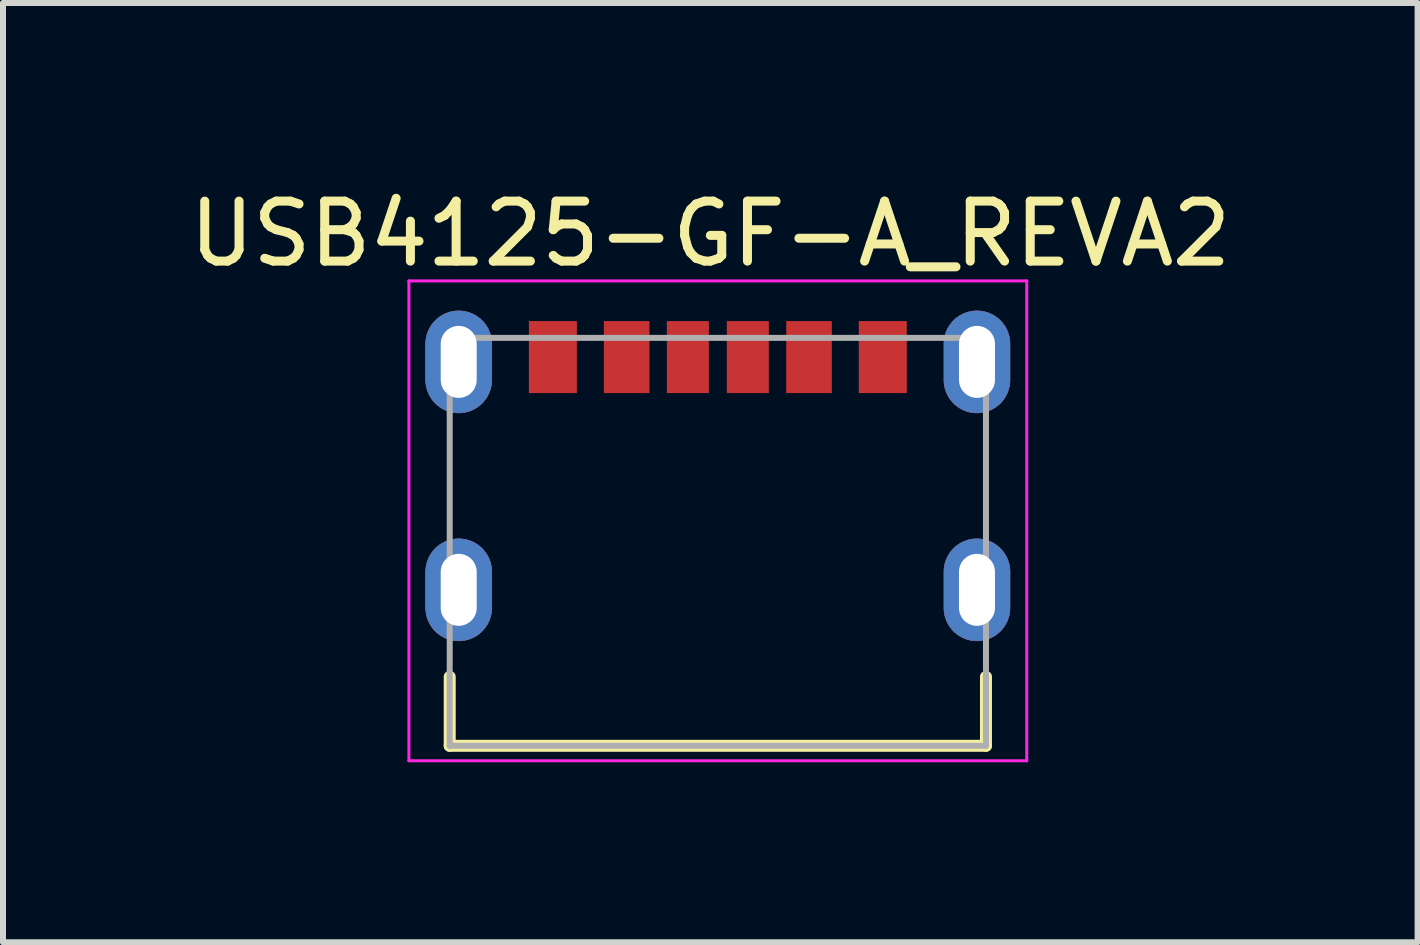
<source format=kicad_pcb>
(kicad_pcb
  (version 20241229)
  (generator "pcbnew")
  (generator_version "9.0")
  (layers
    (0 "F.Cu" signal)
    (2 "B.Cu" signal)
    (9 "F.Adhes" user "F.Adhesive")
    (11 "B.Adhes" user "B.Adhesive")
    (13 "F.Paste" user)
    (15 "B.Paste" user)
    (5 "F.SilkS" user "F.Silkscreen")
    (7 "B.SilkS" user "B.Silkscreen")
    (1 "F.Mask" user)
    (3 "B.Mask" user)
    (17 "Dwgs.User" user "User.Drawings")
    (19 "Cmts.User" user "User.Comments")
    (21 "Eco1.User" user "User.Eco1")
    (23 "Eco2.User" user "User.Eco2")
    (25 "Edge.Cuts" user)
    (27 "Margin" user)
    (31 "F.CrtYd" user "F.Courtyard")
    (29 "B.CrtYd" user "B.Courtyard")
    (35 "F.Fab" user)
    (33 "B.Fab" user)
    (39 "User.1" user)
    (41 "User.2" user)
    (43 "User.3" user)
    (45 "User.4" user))
  (footprint "USB4125-GF-A_REVA2"
    (layer "F.Cu")
    (at 8.917 5.983)
    (property "Reference" "USB4125-GF-A_REVA2" (at -0.125 -5.135 0) (layer "F.SilkS") (effects (font (size 1 1) (thickness 0.15))))
    (attr smd)
    (fp_poly (pts (xy -4.32 -3.85) (xy -4.349 -3.849) (xy -4.377 -3.847) (xy -4.406 -3.843) (xy -4.434 -3.838) (xy -4.462 -3.831) (xy -4.49 -3.823) (xy -4.517 -3.813) (xy -4.544 -3.802) (xy -4.57 -3.79) (xy -4.595 -3.776) (xy -4.62 -3.761) (xy -4.643 -3.745) (xy -4.666 -3.727) (xy -4.688 -3.709) (xy -4.709 -3.689) (xy -4.729 -3.668) (xy -4.747 -3.646) (xy -4.765 -3.623) (xy -4.781 -3.6) (xy -4.796 -3.575) (xy -4.81 -3.55) (xy -4.822 -3.524) (xy -4.833 -3.497) (xy -4.843 -3.47) (xy -4.851 -3.442) (xy -4.858 -3.414) (xy -4.863 -3.386) (xy -4.867 -3.357) (xy -4.869 -3.329) (xy -4.87 -3.3) (xy -4.87 -2.7) (xy -4.869 -2.671) (xy -4.867 -2.643) (xy -4.863 -2.614) (xy -4.858 -2.586) (xy -4.851 -2.558) (xy -4.843 -2.53) (xy -4.833 -2.503) (xy -4.822 -2.476) (xy -4.81 -2.45) (xy -4.796 -2.425) (xy -4.781 -2.4) (xy -4.765 -2.377) (xy -4.747 -2.354) (xy -4.729 -2.332) (xy -4.709 -2.311) (xy -4.688 -2.291) (xy -4.666 -2.273) (xy -4.643 -2.255) (xy -4.62 -2.239) (xy -4.595 -2.224) (xy -4.57 -2.21) (xy -4.544 -2.198) (xy -4.517 -2.187) (xy -4.49 -2.177) (xy -4.462 -2.169) (xy -4.434 -2.162) (xy -4.406 -2.157) (xy -4.377 -2.153) (xy -4.349 -2.151) (xy -4.32 -2.15) (xy -4.291 -2.151) (xy -4.263 -2.153) (xy -4.234 -2.157) (xy -4.206 -2.162) (xy -4.178 -2.169) (xy -4.15 -2.177) (xy -4.123 -2.187) (xy -4.096 -2.198) (xy -4.07 -2.21) (xy -4.045 -2.224) (xy -4.02 -2.239) (xy -3.997 -2.255) (xy -3.974 -2.273) (xy -3.952 -2.291) (xy -3.931 -2.311) (xy -3.911 -2.332) (xy -3.893 -2.354) (xy -3.875 -2.377) (xy -3.859 -2.4) (xy -3.844 -2.425) (xy -3.83 -2.45) (xy -3.818 -2.476) (xy -3.807 -2.503) (xy -3.797 -2.53) (xy -3.789 -2.558) (xy -3.782 -2.586) (xy -3.777 -2.614) (xy -3.773 -2.643) (xy -3.771 -2.671) (xy -3.77 -2.7) (xy -3.77 -3.3) (xy -3.771 -3.329) (xy -3.773 -3.357) (xy -3.777 -3.386) (xy -3.782 -3.414) (xy -3.789 -3.442) (xy -3.797 -3.47) (xy -3.807 -3.497) (xy -3.818 -3.524) (xy -3.83 -3.55) (xy -3.844 -3.575) (xy -3.859 -3.6) (xy -3.875 -3.623) (xy -3.893 -3.646) (xy -3.911 -3.668) (xy -3.931 -3.689) (xy -3.952 -3.709) (xy -3.974 -3.727) (xy -3.997 -3.745) (xy -4.02 -3.761) (xy -4.045 -3.776) (xy -4.07 -3.79) (xy -4.096 -3.802) (xy -4.123 -3.813) (xy -4.15 -3.823) (xy -4.178 -3.831) (xy -4.206 -3.838) (xy -4.234 -3.843) (xy -4.263 -3.847) (xy -4.291 -3.849) (xy -4.32 -3.85)) (stroke (width 0.01) (type solid)) (fill yes) (layer "F.Cu"))
    (fp_poly (pts (xy -4.32 -0.05) (xy -4.349 -0.049) (xy -4.377 -0.047) (xy -4.406 -0.043) (xy -4.434 -0.038) (xy -4.462 -0.031) (xy -4.49 -0.023) (xy -4.517 -0.013) (xy -4.544 -0.002) (xy -4.57 0.01) (xy -4.595 0.024) (xy -4.62 0.039) (xy -4.643 0.055) (xy -4.666 0.073) (xy -4.688 0.091) (xy -4.709 0.111) (xy -4.729 0.132) (xy -4.747 0.154) (xy -4.765 0.177) (xy -4.781 0.2) (xy -4.796 0.225) (xy -4.81 0.25) (xy -4.822 0.276) (xy -4.833 0.303) (xy -4.843 0.33) (xy -4.851 0.358) (xy -4.858 0.386) (xy -4.863 0.414) (xy -4.867 0.443) (xy -4.869 0.471) (xy -4.87 0.5) (xy -4.87 1.1) (xy -4.869 1.129) (xy -4.867 1.157) (xy -4.863 1.186) (xy -4.858 1.214) (xy -4.851 1.242) (xy -4.843 1.27) (xy -4.833 1.297) (xy -4.822 1.324) (xy -4.81 1.35) (xy -4.796 1.375) (xy -4.781 1.4) (xy -4.765 1.423) (xy -4.747 1.446) (xy -4.729 1.468) (xy -4.709 1.489) (xy -4.688 1.509) (xy -4.666 1.527) (xy -4.643 1.545) (xy -4.62 1.561) (xy -4.595 1.576) (xy -4.57 1.59) (xy -4.544 1.602) (xy -4.517 1.613) (xy -4.49 1.623) (xy -4.462 1.631) (xy -4.434 1.638) (xy -4.406 1.643) (xy -4.377 1.647) (xy -4.349 1.649) (xy -4.32 1.65) (xy -4.291 1.649) (xy -4.263 1.647) (xy -4.234 1.643) (xy -4.206 1.638) (xy -4.178 1.631) (xy -4.15 1.623) (xy -4.123 1.613) (xy -4.096 1.602) (xy -4.07 1.59) (xy -4.045 1.576) (xy -4.02 1.561) (xy -3.997 1.545) (xy -3.974 1.527) (xy -3.952 1.509) (xy -3.931 1.489) (xy -3.911 1.468) (xy -3.893 1.446) (xy -3.875 1.423) (xy -3.859 1.4) (xy -3.844 1.375) (xy -3.83 1.35) (xy -3.818 1.324) (xy -3.807 1.297) (xy -3.797 1.27) (xy -3.789 1.242) (xy -3.782 1.214) (xy -3.777 1.186) (xy -3.773 1.157) (xy -3.771 1.129) (xy -3.77 1.1) (xy -3.77 0.5) (xy -3.771 0.471) (xy -3.773 0.443) (xy -3.777 0.414) (xy -3.782 0.386) (xy -3.789 0.358) (xy -3.797 0.33) (xy -3.807 0.303) (xy -3.818 0.276) (xy -3.83 0.25) (xy -3.844 0.225) (xy -3.859 0.2) (xy -3.875 0.177) (xy -3.893 0.154) (xy -3.911 0.132) (xy -3.931 0.111) (xy -3.952 0.091) (xy -3.974 0.073) (xy -3.997 0.055) (xy -4.02 0.039) (xy -4.045 0.024) (xy -4.07 0.01) (xy -4.096 -0.002) (xy -4.123 -0.013) (xy -4.15 -0.023) (xy -4.178 -0.031) (xy -4.206 -0.038) (xy -4.234 -0.043) (xy -4.263 -0.047) (xy -4.291 -0.049) (xy -4.32 -0.05)) (stroke (width 0.01) (type solid)) (fill yes) (layer "F.Cu"))
    (fp_poly (pts (xy 4.32 -3.85) (xy 4.291 -3.849) (xy 4.263 -3.847) (xy 4.234 -3.843) (xy 4.206 -3.838) (xy 4.178 -3.831) (xy 4.15 -3.823) (xy 4.123 -3.813) (xy 4.096 -3.802) (xy 4.07 -3.79) (xy 4.045 -3.776) (xy 4.02 -3.761) (xy 3.997 -3.745) (xy 3.974 -3.727) (xy 3.952 -3.709) (xy 3.931 -3.689) (xy 3.911 -3.668) (xy 3.893 -3.646) (xy 3.875 -3.623) (xy 3.859 -3.6) (xy 3.844 -3.575) (xy 3.83 -3.55) (xy 3.818 -3.524) (xy 3.807 -3.497) (xy 3.797 -3.47) (xy 3.789 -3.442) (xy 3.782 -3.414) (xy 3.777 -3.386) (xy 3.773 -3.357) (xy 3.771 -3.329) (xy 3.77 -3.3) (xy 3.77 -2.7) (xy 3.771 -2.671) (xy 3.773 -2.643) (xy 3.777 -2.614) (xy 3.782 -2.586) (xy 3.789 -2.558) (xy 3.797 -2.53) (xy 3.807 -2.503) (xy 3.818 -2.476) (xy 3.83 -2.45) (xy 3.844 -2.425) (xy 3.859 -2.4) (xy 3.875 -2.377) (xy 3.893 -2.354) (xy 3.911 -2.332) (xy 3.931 -2.311) (xy 3.952 -2.291) (xy 3.974 -2.273) (xy 3.997 -2.255) (xy 4.02 -2.239) (xy 4.045 -2.224) (xy 4.07 -2.21) (xy 4.096 -2.198) (xy 4.123 -2.187) (xy 4.15 -2.177) (xy 4.178 -2.169) (xy 4.206 -2.162) (xy 4.234 -2.157) (xy 4.263 -2.153) (xy 4.291 -2.151) (xy 4.32 -2.15) (xy 4.349 -2.151) (xy 4.377 -2.153) (xy 4.406 -2.157) (xy 4.434 -2.162) (xy 4.462 -2.169) (xy 4.49 -2.177) (xy 4.517 -2.187) (xy 4.544 -2.198) (xy 4.57 -2.21) (xy 4.595 -2.224) (xy 4.62 -2.239) (xy 4.643 -2.255) (xy 4.666 -2.273) (xy 4.688 -2.291) (xy 4.709 -2.311) (xy 4.729 -2.332) (xy 4.747 -2.354) (xy 4.765 -2.377) (xy 4.781 -2.4) (xy 4.796 -2.425) (xy 4.81 -2.45) (xy 4.822 -2.476) (xy 4.833 -2.503) (xy 4.843 -2.53) (xy 4.851 -2.558) (xy 4.858 -2.586) (xy 4.863 -2.614) (xy 4.867 -2.643) (xy 4.869 -2.671) (xy 4.87 -2.7) (xy 4.87 -3.3) (xy 4.869 -3.329) (xy 4.867 -3.357) (xy 4.863 -3.386) (xy 4.858 -3.414) (xy 4.851 -3.442) (xy 4.843 -3.47) (xy 4.833 -3.497) (xy 4.822 -3.524) (xy 4.81 -3.55) (xy 4.796 -3.575) (xy 4.781 -3.6) (xy 4.765 -3.623) (xy 4.747 -3.646) (xy 4.729 -3.668) (xy 4.709 -3.689) (xy 4.688 -3.709) (xy 4.666 -3.727) (xy 4.643 -3.745) (xy 4.62 -3.761) (xy 4.595 -3.776) (xy 4.57 -3.79) (xy 4.544 -3.802) (xy 4.517 -3.813) (xy 4.49 -3.823) (xy 4.462 -3.831) (xy 4.434 -3.838) (xy 4.406 -3.843) (xy 4.377 -3.847) (xy 4.349 -3.849) (xy 4.32 -3.85)) (stroke (width 0.01) (type solid)) (fill yes) (layer "F.Cu"))
    (fp_poly (pts (xy 4.32 -0.05) (xy 4.291 -0.049) (xy 4.263 -0.047) (xy 4.234 -0.043) (xy 4.206 -0.038) (xy 4.178 -0.031) (xy 4.15 -0.023) (xy 4.123 -0.013) (xy 4.096 -0.002) (xy 4.07 0.01) (xy 4.045 0.024) (xy 4.02 0.039) (xy 3.997 0.055) (xy 3.974 0.073) (xy 3.952 0.091) (xy 3.931 0.111) (xy 3.911 0.132) (xy 3.893 0.154) (xy 3.875 0.177) (xy 3.859 0.2) (xy 3.844 0.225) (xy 3.83 0.25) (xy 3.818 0.276) (xy 3.807 0.303) (xy 3.797 0.33) (xy 3.789 0.358) (xy 3.782 0.386) (xy 3.777 0.414) (xy 3.773 0.443) (xy 3.771 0.471) (xy 3.77 0.5) (xy 3.77 1.1) (xy 3.771 1.129) (xy 3.773 1.157) (xy 3.777 1.186) (xy 3.782 1.214) (xy 3.789 1.242) (xy 3.797 1.27) (xy 3.807 1.297) (xy 3.818 1.324) (xy 3.83 1.35) (xy 3.844 1.375) (xy 3.859 1.4) (xy 3.875 1.423) (xy 3.893 1.446) (xy 3.911 1.468) (xy 3.931 1.489) (xy 3.952 1.509) (xy 3.974 1.527) (xy 3.997 1.545) (xy 4.02 1.561) (xy 4.045 1.576) (xy 4.07 1.59) (xy 4.096 1.602) (xy 4.123 1.613) (xy 4.15 1.623) (xy 4.178 1.631) (xy 4.206 1.638) (xy 4.234 1.643) (xy 4.263 1.647) (xy 4.291 1.649) (xy 4.32 1.65) (xy 4.349 1.649) (xy 4.377 1.647) (xy 4.406 1.643) (xy 4.434 1.638) (xy 4.462 1.631) (xy 4.49 1.623) (xy 4.517 1.613) (xy 4.544 1.602) (xy 4.57 1.59) (xy 4.595 1.576) (xy 4.62 1.561) (xy 4.643 1.545) (xy 4.666 1.527) (xy 4.688 1.509) (xy 4.709 1.489) (xy 4.729 1.468) (xy 4.747 1.446) (xy 4.765 1.423) (xy 4.781 1.4) (xy 4.796 1.375) (xy 4.81 1.35) (xy 4.822 1.324) (xy 4.833 1.297) (xy 4.843 1.27) (xy 4.851 1.242) (xy 4.858 1.214) (xy 4.863 1.186) (xy 4.867 1.157) (xy 4.869 1.129) (xy 4.87 1.1) (xy 4.87 0.5) (xy 4.869 0.471) (xy 4.867 0.443) (xy 4.863 0.414) (xy 4.858 0.386) (xy 4.851 0.358) (xy 4.843 0.33) (xy 4.833 0.303) (xy 4.822 0.276) (xy 4.81 0.25) (xy 4.796 0.225) (xy 4.781 0.2) (xy 4.765 0.177) (xy 4.747 0.154) (xy 4.729 0.132) (xy 4.709 0.111) (xy 4.688 0.091) (xy 4.666 0.073) (xy 4.643 0.055) (xy 4.62 0.039) (xy 4.595 0.024) (xy 4.57 0.01) (xy 4.544 -0.002) (xy 4.517 -0.013) (xy 4.49 -0.023) (xy 4.462 -0.031) (xy 4.434 -0.038) (xy 4.406 -0.043) (xy 4.377 -0.047) (xy 4.349 -0.049) (xy 4.32 -0.05)) (stroke (width 0.01) (type solid)) (fill yes) (layer "F.Cu"))
    (fp_poly (pts (xy -4.32 -3.95) (xy -4.354 -3.949) (xy -4.388 -3.946) (xy -4.422 -3.942) (xy -4.455 -3.936) (xy -4.488 -3.928) (xy -4.521 -3.918) (xy -4.553 -3.907) (xy -4.584 -3.894) (xy -4.615 -3.879) (xy -4.645 -3.863) (xy -4.674 -3.845) (xy -4.702 -3.826) (xy -4.729 -3.805) (xy -4.755 -3.783) (xy -4.78 -3.76) (xy -4.803 -3.735) (xy -4.825 -3.709) (xy -4.846 -3.682) (xy -4.865 -3.654) (xy -4.883 -3.625) (xy -4.899 -3.595) (xy -4.914 -3.564) (xy -4.927 -3.533) (xy -4.938 -3.501) (xy -4.948 -3.468) (xy -4.956 -3.435) (xy -4.962 -3.402) (xy -4.966 -3.368) (xy -4.969 -3.334) (xy -4.97 -3.3) (xy -4.97 -2.7) (xy -4.969 -2.666) (xy -4.966 -2.632) (xy -4.962 -2.598) (xy -4.956 -2.565) (xy -4.948 -2.532) (xy -4.938 -2.499) (xy -4.927 -2.467) (xy -4.914 -2.436) (xy -4.899 -2.405) (xy -4.883 -2.375) (xy -4.865 -2.346) (xy -4.846 -2.318) (xy -4.825 -2.291) (xy -4.803 -2.265) (xy -4.78 -2.24) (xy -4.755 -2.217) (xy -4.729 -2.195) (xy -4.702 -2.174) (xy -4.674 -2.155) (xy -4.645 -2.137) (xy -4.615 -2.121) (xy -4.584 -2.106) (xy -4.553 -2.093) (xy -4.521 -2.082) (xy -4.488 -2.072) (xy -4.455 -2.064) (xy -4.422 -2.058) (xy -4.388 -2.054) (xy -4.354 -2.051) (xy -4.32 -2.05) (xy -4.286 -2.051) (xy -4.252 -2.054) (xy -4.218 -2.058) (xy -4.185 -2.064) (xy -4.152 -2.072) (xy -4.119 -2.082) (xy -4.087 -2.093) (xy -4.056 -2.106) (xy -4.025 -2.121) (xy -3.995 -2.137) (xy -3.966 -2.155) (xy -3.938 -2.174) (xy -3.911 -2.195) (xy -3.885 -2.217) (xy -3.86 -2.24) (xy -3.837 -2.265) (xy -3.815 -2.291) (xy -3.794 -2.318) (xy -3.775 -2.346) (xy -3.757 -2.375) (xy -3.741 -2.405) (xy -3.726 -2.436) (xy -3.713 -2.467) (xy -3.702 -2.499) (xy -3.692 -2.532) (xy -3.684 -2.565) (xy -3.678 -2.598) (xy -3.674 -2.632) (xy -3.671 -2.666) (xy -3.67 -2.7) (xy -3.67 -3.3) (xy -3.671 -3.334) (xy -3.674 -3.368) (xy -3.678 -3.402) (xy -3.684 -3.435) (xy -3.692 -3.468) (xy -3.702 -3.501) (xy -3.713 -3.533) (xy -3.726 -3.564) (xy -3.741 -3.595) (xy -3.757 -3.625) (xy -3.775 -3.654) (xy -3.794 -3.682) (xy -3.815 -3.709) (xy -3.837 -3.735) (xy -3.86 -3.76) (xy -3.885 -3.783) (xy -3.911 -3.805) (xy -3.938 -3.826) (xy -3.966 -3.845) (xy -3.995 -3.863) (xy -4.025 -3.879) (xy -4.056 -3.894) (xy -4.087 -3.907) (xy -4.119 -3.918) (xy -4.152 -3.928) (xy -4.185 -3.936) (xy -4.218 -3.942) (xy -4.252 -3.946) (xy -4.286 -3.949) (xy -4.32 -3.95)) (stroke (width 0.01) (type solid)) (fill yes) (layer "F.Mask"))
    (fp_poly (pts (xy -4.32 -0.15) (xy -4.354 -0.149) (xy -4.388 -0.146) (xy -4.422 -0.142) (xy -4.455 -0.136) (xy -4.488 -0.128) (xy -4.521 -0.118) (xy -4.553 -0.107) (xy -4.584 -0.094) (xy -4.615 -0.079) (xy -4.645 -0.063) (xy -4.674 -0.045) (xy -4.702 -0.026) (xy -4.729 -0.005) (xy -4.755 0.017) (xy -4.78 0.04) (xy -4.803 0.065) (xy -4.825 0.091) (xy -4.846 0.118) (xy -4.865 0.146) (xy -4.883 0.175) (xy -4.899 0.205) (xy -4.914 0.236) (xy -4.927 0.267) (xy -4.938 0.299) (xy -4.948 0.332) (xy -4.956 0.365) (xy -4.962 0.398) (xy -4.966 0.432) (xy -4.969 0.466) (xy -4.97 0.5) (xy -4.97 1.1) (xy -4.969 1.134) (xy -4.966 1.168) (xy -4.962 1.202) (xy -4.956 1.235) (xy -4.948 1.268) (xy -4.938 1.301) (xy -4.927 1.333) (xy -4.914 1.364) (xy -4.899 1.395) (xy -4.883 1.425) (xy -4.865 1.454) (xy -4.846 1.482) (xy -4.825 1.509) (xy -4.803 1.535) (xy -4.78 1.56) (xy -4.755 1.583) (xy -4.729 1.605) (xy -4.702 1.626) (xy -4.674 1.645) (xy -4.645 1.663) (xy -4.615 1.679) (xy -4.584 1.694) (xy -4.553 1.707) (xy -4.521 1.718) (xy -4.488 1.728) (xy -4.455 1.736) (xy -4.422 1.742) (xy -4.388 1.746) (xy -4.354 1.749) (xy -4.32 1.75) (xy -4.286 1.749) (xy -4.252 1.746) (xy -4.218 1.742) (xy -4.185 1.736) (xy -4.152 1.728) (xy -4.119 1.718) (xy -4.087 1.707) (xy -4.056 1.694) (xy -4.025 1.679) (xy -3.995 1.663) (xy -3.966 1.645) (xy -3.938 1.626) (xy -3.911 1.605) (xy -3.885 1.583) (xy -3.86 1.56) (xy -3.837 1.535) (xy -3.815 1.509) (xy -3.794 1.482) (xy -3.775 1.454) (xy -3.757 1.425) (xy -3.741 1.395) (xy -3.726 1.364) (xy -3.713 1.333) (xy -3.702 1.301) (xy -3.692 1.268) (xy -3.684 1.235) (xy -3.678 1.202) (xy -3.674 1.168) (xy -3.671 1.134) (xy -3.67 1.1) (xy -3.67 0.5) (xy -3.671 0.466) (xy -3.674 0.432) (xy -3.678 0.398) (xy -3.684 0.365) (xy -3.692 0.332) (xy -3.702 0.299) (xy -3.713 0.267) (xy -3.726 0.236) (xy -3.741 0.205) (xy -3.757 0.175) (xy -3.775 0.146) (xy -3.794 0.118) (xy -3.815 0.091) (xy -3.837 0.065) (xy -3.86 0.04) (xy -3.885 0.017) (xy -3.911 -0.005) (xy -3.938 -0.026) (xy -3.966 -0.045) (xy -3.995 -0.063) (xy -4.025 -0.079) (xy -4.056 -0.094) (xy -4.087 -0.107) (xy -4.119 -0.118) (xy -4.152 -0.128) (xy -4.185 -0.136) (xy -4.218 -0.142) (xy -4.252 -0.146) (xy -4.286 -0.149) (xy -4.32 -0.15)) (stroke (width 0.01) (type solid)) (fill yes) (layer "F.Mask"))
    (fp_poly (pts (xy 4.32 -3.95) (xy 4.286 -3.949) (xy 4.252 -3.946) (xy 4.218 -3.942) (xy 4.185 -3.936) (xy 4.152 -3.928) (xy 4.119 -3.918) (xy 4.087 -3.907) (xy 4.056 -3.894) (xy 4.025 -3.879) (xy 3.995 -3.863) (xy 3.966 -3.845) (xy 3.938 -3.826) (xy 3.911 -3.805) (xy 3.885 -3.783) (xy 3.86 -3.76) (xy 3.837 -3.735) (xy 3.815 -3.709) (xy 3.794 -3.682) (xy 3.775 -3.654) (xy 3.757 -3.625) (xy 3.741 -3.595) (xy 3.726 -3.564) (xy 3.713 -3.533) (xy 3.702 -3.501) (xy 3.692 -3.468) (xy 3.684 -3.435) (xy 3.678 -3.402) (xy 3.674 -3.368) (xy 3.671 -3.334) (xy 3.67 -3.3) (xy 3.67 -2.7) (xy 3.671 -2.666) (xy 3.674 -2.632) (xy 3.678 -2.598) (xy 3.684 -2.565) (xy 3.692 -2.532) (xy 3.702 -2.499) (xy 3.713 -2.467) (xy 3.726 -2.436) (xy 3.741 -2.405) (xy 3.757 -2.375) (xy 3.775 -2.346) (xy 3.794 -2.318) (xy 3.815 -2.291) (xy 3.837 -2.265) (xy 3.86 -2.24) (xy 3.885 -2.217) (xy 3.911 -2.195) (xy 3.938 -2.174) (xy 3.966 -2.155) (xy 3.995 -2.137) (xy 4.025 -2.121) (xy 4.056 -2.106) (xy 4.087 -2.093) (xy 4.119 -2.082) (xy 4.152 -2.072) (xy 4.185 -2.064) (xy 4.218 -2.058) (xy 4.252 -2.054) (xy 4.286 -2.051) (xy 4.32 -2.05) (xy 4.354 -2.051) (xy 4.388 -2.054) (xy 4.422 -2.058) (xy 4.455 -2.064) (xy 4.488 -2.072) (xy 4.521 -2.082) (xy 4.553 -2.093) (xy 4.584 -2.106) (xy 4.615 -2.121) (xy 4.645 -2.137) (xy 4.674 -2.155) (xy 4.702 -2.174) (xy 4.729 -2.195) (xy 4.755 -2.217) (xy 4.78 -2.24) (xy 4.803 -2.265) (xy 4.825 -2.291) (xy 4.846 -2.318) (xy 4.865 -2.346) (xy 4.883 -2.375) (xy 4.899 -2.405) (xy 4.914 -2.436) (xy 4.927 -2.467) (xy 4.938 -2.499) (xy 4.948 -2.532) (xy 4.956 -2.565) (xy 4.962 -2.598) (xy 4.966 -2.632) (xy 4.969 -2.666) (xy 4.97 -2.7) (xy 4.97 -3.3) (xy 4.969 -3.334) (xy 4.966 -3.368) (xy 4.962 -3.402) (xy 4.956 -3.435) (xy 4.948 -3.468) (xy 4.938 -3.501) (xy 4.927 -3.533) (xy 4.914 -3.564) (xy 4.899 -3.595) (xy 4.883 -3.625) (xy 4.865 -3.654) (xy 4.846 -3.682) (xy 4.825 -3.709) (xy 4.803 -3.735) (xy 4.78 -3.76) (xy 4.755 -3.783) (xy 4.729 -3.805) (xy 4.702 -3.826) (xy 4.674 -3.845) (xy 4.645 -3.863) (xy 4.615 -3.879) (xy 4.584 -3.894) (xy 4.553 -3.907) (xy 4.521 -3.918) (xy 4.488 -3.928) (xy 4.455 -3.936) (xy 4.422 -3.942) (xy 4.388 -3.946) (xy 4.354 -3.949) (xy 4.32 -3.95)) (stroke (width 0.01) (type solid)) (fill yes) (layer "F.Mask"))
    (fp_poly (pts (xy 4.32 -0.15) (xy 4.286 -0.149) (xy 4.252 -0.146) (xy 4.218 -0.142) (xy 4.185 -0.136) (xy 4.152 -0.128) (xy 4.119 -0.118) (xy 4.087 -0.107) (xy 4.056 -0.094) (xy 4.025 -0.079) (xy 3.995 -0.063) (xy 3.966 -0.045) (xy 3.938 -0.026) (xy 3.911 -0.005) (xy 3.885 0.017) (xy 3.86 0.04) (xy 3.837 0.065) (xy 3.815 0.091) (xy 3.794 0.118) (xy 3.775 0.146) (xy 3.757 0.175) (xy 3.741 0.205) (xy 3.726 0.236) (xy 3.713 0.267) (xy 3.702 0.299) (xy 3.692 0.332) (xy 3.684 0.365) (xy 3.678 0.398) (xy 3.674 0.432) (xy 3.671 0.466) (xy 3.67 0.5) (xy 3.67 1.1) (xy 3.671 1.134) (xy 3.674 1.168) (xy 3.678 1.202) (xy 3.684 1.235) (xy 3.692 1.268) (xy 3.702 1.301) (xy 3.713 1.333) (xy 3.726 1.364) (xy 3.741 1.395) (xy 3.757 1.425) (xy 3.775 1.454) (xy 3.794 1.482) (xy 3.815 1.509) (xy 3.837 1.535) (xy 3.86 1.56) (xy 3.885 1.583) (xy 3.911 1.605) (xy 3.938 1.626) (xy 3.966 1.645) (xy 3.995 1.663) (xy 4.025 1.679) (xy 4.056 1.694) (xy 4.087 1.707) (xy 4.119 1.718) (xy 4.152 1.728) (xy 4.185 1.736) (xy 4.218 1.742) (xy 4.252 1.746) (xy 4.286 1.749) (xy 4.32 1.75) (xy 4.354 1.749) (xy 4.388 1.746) (xy 4.422 1.742) (xy 4.455 1.736) (xy 4.488 1.728) (xy 4.521 1.718) (xy 4.553 1.707) (xy 4.584 1.694) (xy 4.615 1.679) (xy 4.645 1.663) (xy 4.674 1.645) (xy 4.702 1.626) (xy 4.729 1.605) (xy 4.755 1.583) (xy 4.78 1.56) (xy 4.803 1.535) (xy 4.825 1.509) (xy 4.846 1.482) (xy 4.865 1.454) (xy 4.883 1.425) (xy 4.899 1.395) (xy 4.914 1.364) (xy 4.927 1.333) (xy 4.938 1.301) (xy 4.948 1.268) (xy 4.956 1.235) (xy 4.962 1.202) (xy 4.966 1.168) (xy 4.969 1.134) (xy 4.97 1.1) (xy 4.97 0.5) (xy 4.969 0.466) (xy 4.966 0.432) (xy 4.962 0.398) (xy 4.956 0.365) (xy 4.948 0.332) (xy 4.938 0.299) (xy 4.927 0.267) (xy 4.914 0.236) (xy 4.899 0.205) (xy 4.883 0.175) (xy 4.865 0.146) (xy 4.846 0.118) (xy 4.825 0.091) (xy 4.803 0.065) (xy 4.78 0.04) (xy 4.755 0.017) (xy 4.729 -0.005) (xy 4.702 -0.026) (xy 4.674 -0.045) (xy 4.645 -0.063) (xy 4.615 -0.079) (xy 4.584 -0.094) (xy 4.553 -0.107) (xy 4.521 -0.118) (xy 4.488 -0.128) (xy 4.455 -0.136) (xy 4.422 -0.142) (xy 4.388 -0.146) (xy 4.354 -0.149) (xy 4.32 -0.15)) (stroke (width 0.01) (type solid)) (fill yes) (layer "F.Mask"))
    (fp_poly (pts (xy -4.32 -3.85) (xy -4.349 -3.849) (xy -4.377 -3.847) (xy -4.406 -3.843) (xy -4.434 -3.838) (xy -4.462 -3.831) (xy -4.49 -3.823) (xy -4.517 -3.813) (xy -4.544 -3.802) (xy -4.57 -3.79) (xy -4.595 -3.776) (xy -4.62 -3.761) (xy -4.643 -3.745) (xy -4.666 -3.727) (xy -4.688 -3.709) (xy -4.709 -3.689) (xy -4.729 -3.668) (xy -4.747 -3.646) (xy -4.765 -3.623) (xy -4.781 -3.6) (xy -4.796 -3.575) (xy -4.81 -3.55) (xy -4.822 -3.524) (xy -4.833 -3.497) (xy -4.843 -3.47) (xy -4.851 -3.442) (xy -4.858 -3.414) (xy -4.863 -3.386) (xy -4.867 -3.357) (xy -4.869 -3.329) (xy -4.87 -3.3) (xy -4.87 -2.7) (xy -4.869 -2.671) (xy -4.867 -2.643) (xy -4.863 -2.614) (xy -4.858 -2.586) (xy -4.851 -2.558) (xy -4.843 -2.53) (xy -4.833 -2.503) (xy -4.822 -2.476) (xy -4.81 -2.45) (xy -4.796 -2.425) (xy -4.781 -2.4) (xy -4.765 -2.377) (xy -4.747 -2.354) (xy -4.729 -2.332) (xy -4.709 -2.311) (xy -4.688 -2.291) (xy -4.666 -2.273) (xy -4.643 -2.255) (xy -4.62 -2.239) (xy -4.595 -2.224) (xy -4.57 -2.21) (xy -4.544 -2.198) (xy -4.517 -2.187) (xy -4.49 -2.177) (xy -4.462 -2.169) (xy -4.434 -2.162) (xy -4.406 -2.157) (xy -4.377 -2.153) (xy -4.349 -2.151) (xy -4.32 -2.15) (xy -4.291 -2.151) (xy -4.263 -2.153) (xy -4.234 -2.157) (xy -4.206 -2.162) (xy -4.178 -2.169) (xy -4.15 -2.177) (xy -4.123 -2.187) (xy -4.096 -2.198) (xy -4.07 -2.21) (xy -4.045 -2.224) (xy -4.02 -2.239) (xy -3.997 -2.255) (xy -3.974 -2.273) (xy -3.952 -2.291) (xy -3.931 -2.311) (xy -3.911 -2.332) (xy -3.893 -2.354) (xy -3.875 -2.377) (xy -3.859 -2.4) (xy -3.844 -2.425) (xy -3.83 -2.45) (xy -3.818 -2.476) (xy -3.807 -2.503) (xy -3.797 -2.53) (xy -3.789 -2.558) (xy -3.782 -2.586) (xy -3.777 -2.614) (xy -3.773 -2.643) (xy -3.771 -2.671) (xy -3.77 -2.7) (xy -3.77 -3.3) (xy -3.771 -3.329) (xy -3.773 -3.357) (xy -3.777 -3.386) (xy -3.782 -3.414) (xy -3.789 -3.442) (xy -3.797 -3.47) (xy -3.807 -3.497) (xy -3.818 -3.524) (xy -3.83 -3.55) (xy -3.844 -3.575) (xy -3.859 -3.6) (xy -3.875 -3.623) (xy -3.893 -3.646) (xy -3.911 -3.668) (xy -3.931 -3.689) (xy -3.952 -3.709) (xy -3.974 -3.727) (xy -3.997 -3.745) (xy -4.02 -3.761) (xy -4.045 -3.776) (xy -4.07 -3.79) (xy -4.096 -3.802) (xy -4.123 -3.813) (xy -4.15 -3.823) (xy -4.178 -3.831) (xy -4.206 -3.838) (xy -4.234 -3.843) (xy -4.263 -3.847) (xy -4.291 -3.849) (xy -4.32 -3.85)) (stroke (width 0.01) (type solid)) (fill yes) (layer "B.Cu"))
    (fp_poly (pts (xy -4.32 -0.05) (xy -4.349 -0.049) (xy -4.377 -0.047) (xy -4.406 -0.043) (xy -4.434 -0.038) (xy -4.462 -0.031) (xy -4.49 -0.023) (xy -4.517 -0.013) (xy -4.544 -0.002) (xy -4.57 0.01) (xy -4.595 0.024) (xy -4.62 0.039) (xy -4.643 0.055) (xy -4.666 0.073) (xy -4.688 0.091) (xy -4.709 0.111) (xy -4.729 0.132) (xy -4.747 0.154) (xy -4.765 0.177) (xy -4.781 0.2) (xy -4.796 0.225) (xy -4.81 0.25) (xy -4.822 0.276) (xy -4.833 0.303) (xy -4.843 0.33) (xy -4.851 0.358) (xy -4.858 0.386) (xy -4.863 0.414) (xy -4.867 0.443) (xy -4.869 0.471) (xy -4.87 0.5) (xy -4.87 1.1) (xy -4.869 1.129) (xy -4.867 1.157) (xy -4.863 1.186) (xy -4.858 1.214) (xy -4.851 1.242) (xy -4.843 1.27) (xy -4.833 1.297) (xy -4.822 1.324) (xy -4.81 1.35) (xy -4.796 1.375) (xy -4.781 1.4) (xy -4.765 1.423) (xy -4.747 1.446) (xy -4.729 1.468) (xy -4.709 1.489) (xy -4.688 1.509) (xy -4.666 1.527) (xy -4.643 1.545) (xy -4.62 1.561) (xy -4.595 1.576) (xy -4.57 1.59) (xy -4.544 1.602) (xy -4.517 1.613) (xy -4.49 1.623) (xy -4.462 1.631) (xy -4.434 1.638) (xy -4.406 1.643) (xy -4.377 1.647) (xy -4.349 1.649) (xy -4.32 1.65) (xy -4.291 1.649) (xy -4.263 1.647) (xy -4.234 1.643) (xy -4.206 1.638) (xy -4.178 1.631) (xy -4.15 1.623) (xy -4.123 1.613) (xy -4.096 1.602) (xy -4.07 1.59) (xy -4.045 1.576) (xy -4.02 1.561) (xy -3.997 1.545) (xy -3.974 1.527) (xy -3.952 1.509) (xy -3.931 1.489) (xy -3.911 1.468) (xy -3.893 1.446) (xy -3.875 1.423) (xy -3.859 1.4) (xy -3.844 1.375) (xy -3.83 1.35) (xy -3.818 1.324) (xy -3.807 1.297) (xy -3.797 1.27) (xy -3.789 1.242) (xy -3.782 1.214) (xy -3.777 1.186) (xy -3.773 1.157) (xy -3.771 1.129) (xy -3.77 1.1) (xy -3.77 0.5) (xy -3.771 0.471) (xy -3.773 0.443) (xy -3.777 0.414) (xy -3.782 0.386) (xy -3.789 0.358) (xy -3.797 0.33) (xy -3.807 0.303) (xy -3.818 0.276) (xy -3.83 0.25) (xy -3.844 0.225) (xy -3.859 0.2) (xy -3.875 0.177) (xy -3.893 0.154) (xy -3.911 0.132) (xy -3.931 0.111) (xy -3.952 0.091) (xy -3.974 0.073) (xy -3.997 0.055) (xy -4.02 0.039) (xy -4.045 0.024) (xy -4.07 0.01) (xy -4.096 -0.002) (xy -4.123 -0.013) (xy -4.15 -0.023) (xy -4.178 -0.031) (xy -4.206 -0.038) (xy -4.234 -0.043) (xy -4.263 -0.047) (xy -4.291 -0.049) (xy -4.32 -0.05)) (stroke (width 0.01) (type solid)) (fill yes) (layer "B.Cu"))
    (fp_poly (pts (xy 4.32 -3.85) (xy 4.291 -3.849) (xy 4.263 -3.847) (xy 4.234 -3.843) (xy 4.206 -3.838) (xy 4.178 -3.831) (xy 4.15 -3.823) (xy 4.123 -3.813) (xy 4.096 -3.802) (xy 4.07 -3.79) (xy 4.045 -3.776) (xy 4.02 -3.761) (xy 3.997 -3.745) (xy 3.974 -3.727) (xy 3.952 -3.709) (xy 3.931 -3.689) (xy 3.911 -3.668) (xy 3.893 -3.646) (xy 3.875 -3.623) (xy 3.859 -3.6) (xy 3.844 -3.575) (xy 3.83 -3.55) (xy 3.818 -3.524) (xy 3.807 -3.497) (xy 3.797 -3.47) (xy 3.789 -3.442) (xy 3.782 -3.414) (xy 3.777 -3.386) (xy 3.773 -3.357) (xy 3.771 -3.329) (xy 3.77 -3.3) (xy 3.77 -2.7) (xy 3.771 -2.671) (xy 3.773 -2.643) (xy 3.777 -2.614) (xy 3.782 -2.586) (xy 3.789 -2.558) (xy 3.797 -2.53) (xy 3.807 -2.503) (xy 3.818 -2.476) (xy 3.83 -2.45) (xy 3.844 -2.425) (xy 3.859 -2.4) (xy 3.875 -2.377) (xy 3.893 -2.354) (xy 3.911 -2.332) (xy 3.931 -2.311) (xy 3.952 -2.291) (xy 3.974 -2.273) (xy 3.997 -2.255) (xy 4.02 -2.239) (xy 4.045 -2.224) (xy 4.07 -2.21) (xy 4.096 -2.198) (xy 4.123 -2.187) (xy 4.15 -2.177) (xy 4.178 -2.169) (xy 4.206 -2.162) (xy 4.234 -2.157) (xy 4.263 -2.153) (xy 4.291 -2.151) (xy 4.32 -2.15) (xy 4.349 -2.151) (xy 4.377 -2.153) (xy 4.406 -2.157) (xy 4.434 -2.162) (xy 4.462 -2.169) (xy 4.49 -2.177) (xy 4.517 -2.187) (xy 4.544 -2.198) (xy 4.57 -2.21) (xy 4.595 -2.224) (xy 4.62 -2.239) (xy 4.643 -2.255) (xy 4.666 -2.273) (xy 4.688 -2.291) (xy 4.709 -2.311) (xy 4.729 -2.332) (xy 4.747 -2.354) (xy 4.765 -2.377) (xy 4.781 -2.4) (xy 4.796 -2.425) (xy 4.81 -2.45) (xy 4.822 -2.476) (xy 4.833 -2.503) (xy 4.843 -2.53) (xy 4.851 -2.558) (xy 4.858 -2.586) (xy 4.863 -2.614) (xy 4.867 -2.643) (xy 4.869 -2.671) (xy 4.87 -2.7) (xy 4.87 -3.3) (xy 4.869 -3.329) (xy 4.867 -3.357) (xy 4.863 -3.386) (xy 4.858 -3.414) (xy 4.851 -3.442) (xy 4.843 -3.47) (xy 4.833 -3.497) (xy 4.822 -3.524) (xy 4.81 -3.55) (xy 4.796 -3.575) (xy 4.781 -3.6) (xy 4.765 -3.623) (xy 4.747 -3.646) (xy 4.729 -3.668) (xy 4.709 -3.689) (xy 4.688 -3.709) (xy 4.666 -3.727) (xy 4.643 -3.745) (xy 4.62 -3.761) (xy 4.595 -3.776) (xy 4.57 -3.79) (xy 4.544 -3.802) (xy 4.517 -3.813) (xy 4.49 -3.823) (xy 4.462 -3.831) (xy 4.434 -3.838) (xy 4.406 -3.843) (xy 4.377 -3.847) (xy 4.349 -3.849) (xy 4.32 -3.85)) (stroke (width 0.01) (type solid)) (fill yes) (layer "B.Cu"))
    (fp_poly (pts (xy 4.32 -0.05) (xy 4.291 -0.049) (xy 4.263 -0.047) (xy 4.234 -0.043) (xy 4.206 -0.038) (xy 4.178 -0.031) (xy 4.15 -0.023) (xy 4.123 -0.013) (xy 4.096 -0.002) (xy 4.07 0.01) (xy 4.045 0.024) (xy 4.02 0.039) (xy 3.997 0.055) (xy 3.974 0.073) (xy 3.952 0.091) (xy 3.931 0.111) (xy 3.911 0.132) (xy 3.893 0.154) (xy 3.875 0.177) (xy 3.859 0.2) (xy 3.844 0.225) (xy 3.83 0.25) (xy 3.818 0.276) (xy 3.807 0.303) (xy 3.797 0.33) (xy 3.789 0.358) (xy 3.782 0.386) (xy 3.777 0.414) (xy 3.773 0.443) (xy 3.771 0.471) (xy 3.77 0.5) (xy 3.77 1.1) (xy 3.771 1.129) (xy 3.773 1.157) (xy 3.777 1.186) (xy 3.782 1.214) (xy 3.789 1.242) (xy 3.797 1.27) (xy 3.807 1.297) (xy 3.818 1.324) (xy 3.83 1.35) (xy 3.844 1.375) (xy 3.859 1.4) (xy 3.875 1.423) (xy 3.893 1.446) (xy 3.911 1.468) (xy 3.931 1.489) (xy 3.952 1.509) (xy 3.974 1.527) (xy 3.997 1.545) (xy 4.02 1.561) (xy 4.045 1.576) (xy 4.07 1.59) (xy 4.096 1.602) (xy 4.123 1.613) (xy 4.15 1.623) (xy 4.178 1.631) (xy 4.206 1.638) (xy 4.234 1.643) (xy 4.263 1.647) (xy 4.291 1.649) (xy 4.32 1.65) (xy 4.349 1.649) (xy 4.377 1.647) (xy 4.406 1.643) (xy 4.434 1.638) (xy 4.462 1.631) (xy 4.49 1.623) (xy 4.517 1.613) (xy 4.544 1.602) (xy 4.57 1.59) (xy 4.595 1.576) (xy 4.62 1.561) (xy 4.643 1.545) (xy 4.666 1.527) (xy 4.688 1.509) (xy 4.709 1.489) (xy 4.729 1.468) (xy 4.747 1.446) (xy 4.765 1.423) (xy 4.781 1.4) (xy 4.796 1.375) (xy 4.81 1.35) (xy 4.822 1.324) (xy 4.833 1.297) (xy 4.843 1.27) (xy 4.851 1.242) (xy 4.858 1.214) (xy 4.863 1.186) (xy 4.867 1.157) (xy 4.869 1.129) (xy 4.87 1.1) (xy 4.87 0.5) (xy 4.869 0.471) (xy 4.867 0.443) (xy 4.863 0.414) (xy 4.858 0.386) (xy 4.851 0.358) (xy 4.843 0.33) (xy 4.833 0.303) (xy 4.822 0.276) (xy 4.81 0.25) (xy 4.796 0.225) (xy 4.781 0.2) (xy 4.765 0.177) (xy 4.747 0.154) (xy 4.729 0.132) (xy 4.709 0.111) (xy 4.688 0.091) (xy 4.666 0.073) (xy 4.643 0.055) (xy 4.62 0.039) (xy 4.595 0.024) (xy 4.57 0.01) (xy 4.544 -0.002) (xy 4.517 -0.013) (xy 4.49 -0.023) (xy 4.462 -0.031) (xy 4.434 -0.038) (xy 4.406 -0.043) (xy 4.377 -0.047) (xy 4.349 -0.049) (xy 4.32 -0.05)) (stroke (width 0.01) (type solid)) (fill yes) (layer "B.Cu"))
    (fp_poly (pts (xy -4.32 -3.95) (xy -4.354 -3.949) (xy -4.388 -3.946) (xy -4.422 -3.942) (xy -4.455 -3.936) (xy -4.488 -3.928) (xy -4.521 -3.918) (xy -4.553 -3.907) (xy -4.584 -3.894) (xy -4.615 -3.879) (xy -4.645 -3.863) (xy -4.674 -3.845) (xy -4.702 -3.826) (xy -4.729 -3.805) (xy -4.755 -3.783) (xy -4.78 -3.76) (xy -4.803 -3.735) (xy -4.825 -3.709) (xy -4.846 -3.682) (xy -4.865 -3.654) (xy -4.883 -3.625) (xy -4.899 -3.595) (xy -4.914 -3.564) (xy -4.927 -3.533) (xy -4.938 -3.501) (xy -4.948 -3.468) (xy -4.956 -3.435) (xy -4.962 -3.402) (xy -4.966 -3.368) (xy -4.969 -3.334) (xy -4.97 -3.3) (xy -4.97 -2.7) (xy -4.969 -2.666) (xy -4.966 -2.632) (xy -4.962 -2.598) (xy -4.956 -2.565) (xy -4.948 -2.532) (xy -4.938 -2.499) (xy -4.927 -2.467) (xy -4.914 -2.436) (xy -4.899 -2.405) (xy -4.883 -2.375) (xy -4.865 -2.346) (xy -4.846 -2.318) (xy -4.825 -2.291) (xy -4.803 -2.265) (xy -4.78 -2.24) (xy -4.755 -2.217) (xy -4.729 -2.195) (xy -4.702 -2.174) (xy -4.674 -2.155) (xy -4.645 -2.137) (xy -4.615 -2.121) (xy -4.584 -2.106) (xy -4.553 -2.093) (xy -4.521 -2.082) (xy -4.488 -2.072) (xy -4.455 -2.064) (xy -4.422 -2.058) (xy -4.388 -2.054) (xy -4.354 -2.051) (xy -4.32 -2.05) (xy -4.286 -2.051) (xy -4.252 -2.054) (xy -4.218 -2.058) (xy -4.185 -2.064) (xy -4.152 -2.072) (xy -4.119 -2.082) (xy -4.087 -2.093) (xy -4.056 -2.106) (xy -4.025 -2.121) (xy -3.995 -2.137) (xy -3.966 -2.155) (xy -3.938 -2.174) (xy -3.911 -2.195) (xy -3.885 -2.217) (xy -3.86 -2.24) (xy -3.837 -2.265) (xy -3.815 -2.291) (xy -3.794 -2.318) (xy -3.775 -2.346) (xy -3.757 -2.375) (xy -3.741 -2.405) (xy -3.726 -2.436) (xy -3.713 -2.467) (xy -3.702 -2.499) (xy -3.692 -2.532) (xy -3.684 -2.565) (xy -3.678 -2.598) (xy -3.674 -2.632) (xy -3.671 -2.666) (xy -3.67 -2.7) (xy -3.67 -3.3) (xy -3.671 -3.334) (xy -3.674 -3.368) (xy -3.678 -3.402) (xy -3.684 -3.435) (xy -3.692 -3.468) (xy -3.702 -3.501) (xy -3.713 -3.533) (xy -3.726 -3.564) (xy -3.741 -3.595) (xy -3.757 -3.625) (xy -3.775 -3.654) (xy -3.794 -3.682) (xy -3.815 -3.709) (xy -3.837 -3.735) (xy -3.86 -3.76) (xy -3.885 -3.783) (xy -3.911 -3.805) (xy -3.938 -3.826) (xy -3.966 -3.845) (xy -3.995 -3.863) (xy -4.025 -3.879) (xy -4.056 -3.894) (xy -4.087 -3.907) (xy -4.119 -3.918) (xy -4.152 -3.928) (xy -4.185 -3.936) (xy -4.218 -3.942) (xy -4.252 -3.946) (xy -4.286 -3.949) (xy -4.32 -3.95)) (stroke (width 0.01) (type solid)) (fill yes) (layer "B.Mask"))
    (fp_poly (pts (xy -4.32 -0.15) (xy -4.354 -0.149) (xy -4.388 -0.146) (xy -4.422 -0.142) (xy -4.455 -0.136) (xy -4.488 -0.128) (xy -4.521 -0.118) (xy -4.553 -0.107) (xy -4.584 -0.094) (xy -4.615 -0.079) (xy -4.645 -0.063) (xy -4.674 -0.045) (xy -4.702 -0.026) (xy -4.729 -0.005) (xy -4.755 0.017) (xy -4.78 0.04) (xy -4.803 0.065) (xy -4.825 0.091) (xy -4.846 0.118) (xy -4.865 0.146) (xy -4.883 0.175) (xy -4.899 0.205) (xy -4.914 0.236) (xy -4.927 0.267) (xy -4.938 0.299) (xy -4.948 0.332) (xy -4.956 0.365) (xy -4.962 0.398) (xy -4.966 0.432) (xy -4.969 0.466) (xy -4.97 0.5) (xy -4.97 1.1) (xy -4.969 1.134) (xy -4.966 1.168) (xy -4.962 1.202) (xy -4.956 1.235) (xy -4.948 1.268) (xy -4.938 1.301) (xy -4.927 1.333) (xy -4.914 1.364) (xy -4.899 1.395) (xy -4.883 1.425) (xy -4.865 1.454) (xy -4.846 1.482) (xy -4.825 1.509) (xy -4.803 1.535) (xy -4.78 1.56) (xy -4.755 1.583) (xy -4.729 1.605) (xy -4.702 1.626) (xy -4.674 1.645) (xy -4.645 1.663) (xy -4.615 1.679) (xy -4.584 1.694) (xy -4.553 1.707) (xy -4.521 1.718) (xy -4.488 1.728) (xy -4.455 1.736) (xy -4.422 1.742) (xy -4.388 1.746) (xy -4.354 1.749) (xy -4.32 1.75) (xy -4.286 1.749) (xy -4.252 1.746) (xy -4.218 1.742) (xy -4.185 1.736) (xy -4.152 1.728) (xy -4.119 1.718) (xy -4.087 1.707) (xy -4.056 1.694) (xy -4.025 1.679) (xy -3.995 1.663) (xy -3.966 1.645) (xy -3.938 1.626) (xy -3.911 1.605) (xy -3.885 1.583) (xy -3.86 1.56) (xy -3.837 1.535) (xy -3.815 1.509) (xy -3.794 1.482) (xy -3.775 1.454) (xy -3.757 1.425) (xy -3.741 1.395) (xy -3.726 1.364) (xy -3.713 1.333) (xy -3.702 1.301) (xy -3.692 1.268) (xy -3.684 1.235) (xy -3.678 1.202) (xy -3.674 1.168) (xy -3.671 1.134) (xy -3.67 1.1) (xy -3.67 0.5) (xy -3.671 0.466) (xy -3.674 0.432) (xy -3.678 0.398) (xy -3.684 0.365) (xy -3.692 0.332) (xy -3.702 0.299) (xy -3.713 0.267) (xy -3.726 0.236) (xy -3.741 0.205) (xy -3.757 0.175) (xy -3.775 0.146) (xy -3.794 0.118) (xy -3.815 0.091) (xy -3.837 0.065) (xy -3.86 0.04) (xy -3.885 0.017) (xy -3.911 -0.005) (xy -3.938 -0.026) (xy -3.966 -0.045) (xy -3.995 -0.063) (xy -4.025 -0.079) (xy -4.056 -0.094) (xy -4.087 -0.107) (xy -4.119 -0.118) (xy -4.152 -0.128) (xy -4.185 -0.136) (xy -4.218 -0.142) (xy -4.252 -0.146) (xy -4.286 -0.149) (xy -4.32 -0.15)) (stroke (width 0.01) (type solid)) (fill yes) (layer "B.Mask"))
    (fp_poly (pts (xy 4.32 -3.95) (xy 4.286 -3.949) (xy 4.252 -3.946) (xy 4.218 -3.942) (xy 4.185 -3.936) (xy 4.152 -3.928) (xy 4.119 -3.918) (xy 4.087 -3.907) (xy 4.056 -3.894) (xy 4.025 -3.879) (xy 3.995 -3.863) (xy 3.966 -3.845) (xy 3.938 -3.826) (xy 3.911 -3.805) (xy 3.885 -3.783) (xy 3.86 -3.76) (xy 3.837 -3.735) (xy 3.815 -3.709) (xy 3.794 -3.682) (xy 3.775 -3.654) (xy 3.757 -3.625) (xy 3.741 -3.595) (xy 3.726 -3.564) (xy 3.713 -3.533) (xy 3.702 -3.501) (xy 3.692 -3.468) (xy 3.684 -3.435) (xy 3.678 -3.402) (xy 3.674 -3.368) (xy 3.671 -3.334) (xy 3.67 -3.3) (xy 3.67 -2.7) (xy 3.671 -2.666) (xy 3.674 -2.632) (xy 3.678 -2.598) (xy 3.684 -2.565) (xy 3.692 -2.532) (xy 3.702 -2.499) (xy 3.713 -2.467) (xy 3.726 -2.436) (xy 3.741 -2.405) (xy 3.757 -2.375) (xy 3.775 -2.346) (xy 3.794 -2.318) (xy 3.815 -2.291) (xy 3.837 -2.265) (xy 3.86 -2.24) (xy 3.885 -2.217) (xy 3.911 -2.195) (xy 3.938 -2.174) (xy 3.966 -2.155) (xy 3.995 -2.137) (xy 4.025 -2.121) (xy 4.056 -2.106) (xy 4.087 -2.093) (xy 4.119 -2.082) (xy 4.152 -2.072) (xy 4.185 -2.064) (xy 4.218 -2.058) (xy 4.252 -2.054) (xy 4.286 -2.051) (xy 4.32 -2.05) (xy 4.354 -2.051) (xy 4.388 -2.054) (xy 4.422 -2.058) (xy 4.455 -2.064) (xy 4.488 -2.072) (xy 4.521 -2.082) (xy 4.553 -2.093) (xy 4.584 -2.106) (xy 4.615 -2.121) (xy 4.645 -2.137) (xy 4.674 -2.155) (xy 4.702 -2.174) (xy 4.729 -2.195) (xy 4.755 -2.217) (xy 4.78 -2.24) (xy 4.803 -2.265) (xy 4.825 -2.291) (xy 4.846 -2.318) (xy 4.865 -2.346) (xy 4.883 -2.375) (xy 4.899 -2.405) (xy 4.914 -2.436) (xy 4.927 -2.467) (xy 4.938 -2.499) (xy 4.948 -2.532) (xy 4.956 -2.565) (xy 4.962 -2.598) (xy 4.966 -2.632) (xy 4.969 -2.666) (xy 4.97 -2.7) (xy 4.97 -3.3) (xy 4.969 -3.334) (xy 4.966 -3.368) (xy 4.962 -3.402) (xy 4.956 -3.435) (xy 4.948 -3.468) (xy 4.938 -3.501) (xy 4.927 -3.533) (xy 4.914 -3.564) (xy 4.899 -3.595) (xy 4.883 -3.625) (xy 4.865 -3.654) (xy 4.846 -3.682) (xy 4.825 -3.709) (xy 4.803 -3.735) (xy 4.78 -3.76) (xy 4.755 -3.783) (xy 4.729 -3.805) (xy 4.702 -3.826) (xy 4.674 -3.845) (xy 4.645 -3.863) (xy 4.615 -3.879) (xy 4.584 -3.894) (xy 4.553 -3.907) (xy 4.521 -3.918) (xy 4.488 -3.928) (xy 4.455 -3.936) (xy 4.422 -3.942) (xy 4.388 -3.946) (xy 4.354 -3.949) (xy 4.32 -3.95)) (stroke (width 0.01) (type solid)) (fill yes) (layer "B.Mask"))
    (fp_poly (pts (xy 4.32 -0.15) (xy 4.286 -0.149) (xy 4.252 -0.146) (xy 4.218 -0.142) (xy 4.185 -0.136) (xy 4.152 -0.128) (xy 4.119 -0.118) (xy 4.087 -0.107) (xy 4.056 -0.094) (xy 4.025 -0.079) (xy 3.995 -0.063) (xy 3.966 -0.045) (xy 3.938 -0.026) (xy 3.911 -0.005) (xy 3.885 0.017) (xy 3.86 0.04) (xy 3.837 0.065) (xy 3.815 0.091) (xy 3.794 0.118) (xy 3.775 0.146) (xy 3.757 0.175) (xy 3.741 0.205) (xy 3.726 0.236) (xy 3.713 0.267) (xy 3.702 0.299) (xy 3.692 0.332) (xy 3.684 0.365) (xy 3.678 0.398) (xy 3.674 0.432) (xy 3.671 0.466) (xy 3.67 0.5) (xy 3.67 1.1) (xy 3.671 1.134) (xy 3.674 1.168) (xy 3.678 1.202) (xy 3.684 1.235) (xy 3.692 1.268) (xy 3.702 1.301) (xy 3.713 1.333) (xy 3.726 1.364) (xy 3.741 1.395) (xy 3.757 1.425) (xy 3.775 1.454) (xy 3.794 1.482) (xy 3.815 1.509) (xy 3.837 1.535) (xy 3.86 1.56) (xy 3.885 1.583) (xy 3.911 1.605) (xy 3.938 1.626) (xy 3.966 1.645) (xy 3.995 1.663) (xy 4.025 1.679) (xy 4.056 1.694) (xy 4.087 1.707) (xy 4.119 1.718) (xy 4.152 1.728) (xy 4.185 1.736) (xy 4.218 1.742) (xy 4.252 1.746) (xy 4.286 1.749) (xy 4.32 1.75) (xy 4.354 1.749) (xy 4.388 1.746) (xy 4.422 1.742) (xy 4.455 1.736) (xy 4.488 1.728) (xy 4.521 1.718) (xy 4.553 1.707) (xy 4.584 1.694) (xy 4.615 1.679) (xy 4.645 1.663) (xy 4.674 1.645) (xy 4.702 1.626) (xy 4.729 1.605) (xy 4.755 1.583) (xy 4.78 1.56) (xy 4.803 1.535) (xy 4.825 1.509) (xy 4.846 1.482) (xy 4.865 1.454) (xy 4.883 1.425) (xy 4.899 1.395) (xy 4.914 1.364) (xy 4.927 1.333) (xy 4.938 1.301) (xy 4.948 1.268) (xy 4.956 1.235) (xy 4.962 1.202) (xy 4.966 1.168) (xy 4.969 1.134) (xy 4.97 1.1) (xy 4.97 0.5) (xy 4.969 0.466) (xy 4.966 0.432) (xy 4.962 0.398) (xy 4.956 0.365) (xy 4.948 0.332) (xy 4.938 0.299) (xy 4.927 0.267) (xy 4.914 0.236) (xy 4.899 0.205) (xy 4.883 0.175) (xy 4.865 0.146) (xy 4.846 0.118) (xy 4.825 0.091) (xy 4.803 0.065) (xy 4.78 0.04) (xy 4.755 0.017) (xy 4.729 -0.005) (xy 4.702 -0.026) (xy 4.674 -0.045) (xy 4.645 -0.063) (xy 4.615 -0.079) (xy 4.584 -0.094) (xy 4.553 -0.107) (xy 4.521 -0.118) (xy 4.488 -0.128) (xy 4.455 -0.136) (xy 4.422 -0.142) (xy 4.388 -0.146) (xy 4.354 -0.149) (xy 4.32 -0.15)) (stroke (width 0.01) (type solid)) (fill yes) (layer "B.Mask"))
    (fp_line (start -4.47 2.25) (end -4.47 3.4) (stroke (width 0.2) (type solid)) (layer "F.SilkS"))
    (fp_line (start -4.47 3.4) (end 4.47 3.4) (stroke (width 0.2) (type solid)) (layer "F.SilkS"))
    (fp_line (start 4.47 3.4) (end 4.47 2.25) (stroke (width 0.2) (type solid)) (layer "F.SilkS"))
    (fp_line (start -5.15 -4.35) (end 5.15 -4.35) (stroke (width 0.05) (type solid)) (layer "F.CrtYd"))
    (fp_line (start -5.15 3.65) (end -5.15 -4.35) (stroke (width 0.05) (type solid)) (layer "F.CrtYd"))
    (fp_line (start 5.15 -4.35) (end 5.15 3.65) (stroke (width 0.05) (type solid)) (layer "F.CrtYd"))
    (fp_line (start 5.15 3.65) (end -5.15 3.65) (stroke (width 0.05) (type solid)) (layer "F.CrtYd"))
    (fp_line (start -4.47 -3.4) (end 4.47 -3.4) (stroke (width 0.1) (type solid)) (layer "F.Fab"))
    (fp_line (start -4.47 3.4) (end -4.47 -3.4) (stroke (width 0.1) (type solid)) (layer "F.Fab"))
    (fp_line (start 4.47 -3.4) (end 4.47 3.4) (stroke (width 0.1) (type solid)) (layer "F.Fab"))
    (fp_line (start 4.47 3.4) (end -4.47 3.4) (stroke (width 0.1) (type solid)) (layer "F.Fab"))
    (pad "A5" smd rect (at -0.5 -3.08) (size 0.7 1.2) (layers "F.Cu" "F.Mask" "F.Paste"))
    (pad "A9" smd rect (at 1.52 -3.08) (size 0.76 1.2) (layers "F.Cu" "F.Mask" "F.Paste"))
    (pad "A12" smd rect (at 2.75 -3.08) (size 0.8 1.2) (layers "F.Cu" "F.Mask" "F.Paste"))
    (pad "B5" smd rect (at 0.5 -3.08) (size 0.7 1.2) (layers "F.Cu" "F.Mask" "F.Paste"))
    (pad "B9" smd rect (at -1.52 -3.08) (size 0.76 1.2) (layers "F.Cu" "F.Mask" "F.Paste"))
    (pad "B12" smd rect (at -2.75 -3.08) (size 0.8 1.2) (layers "F.Cu" "F.Mask" "F.Paste"))
    (pad "S1" thru_hole oval (at -4.32 -3) (size 0.8 1.6) (drill oval 0.6 1.2) (layers "*.Cu"))
    (pad "S2" thru_hole oval (at 4.32 -3) (size 0.8 1.6) (drill oval 0.6 1.2) (layers "*.Cu"))
    (pad "S3" thru_hole oval (at -4.32 0.8) (size 0.8 1.6) (drill oval 0.6 1.2) (layers "*.Cu"))
    (pad "S4" thru_hole oval (at 4.32 0.8) (size 0.8 1.6) (drill oval 0.6 1.2) (layers "*.Cu")))
  (gr_rect
    (start -3 -3)
    (end 20.583 12.658)
    (stroke (width 0.1) (type default))
    (fill no)
    (layer "Edge.Cuts")))
</source>
